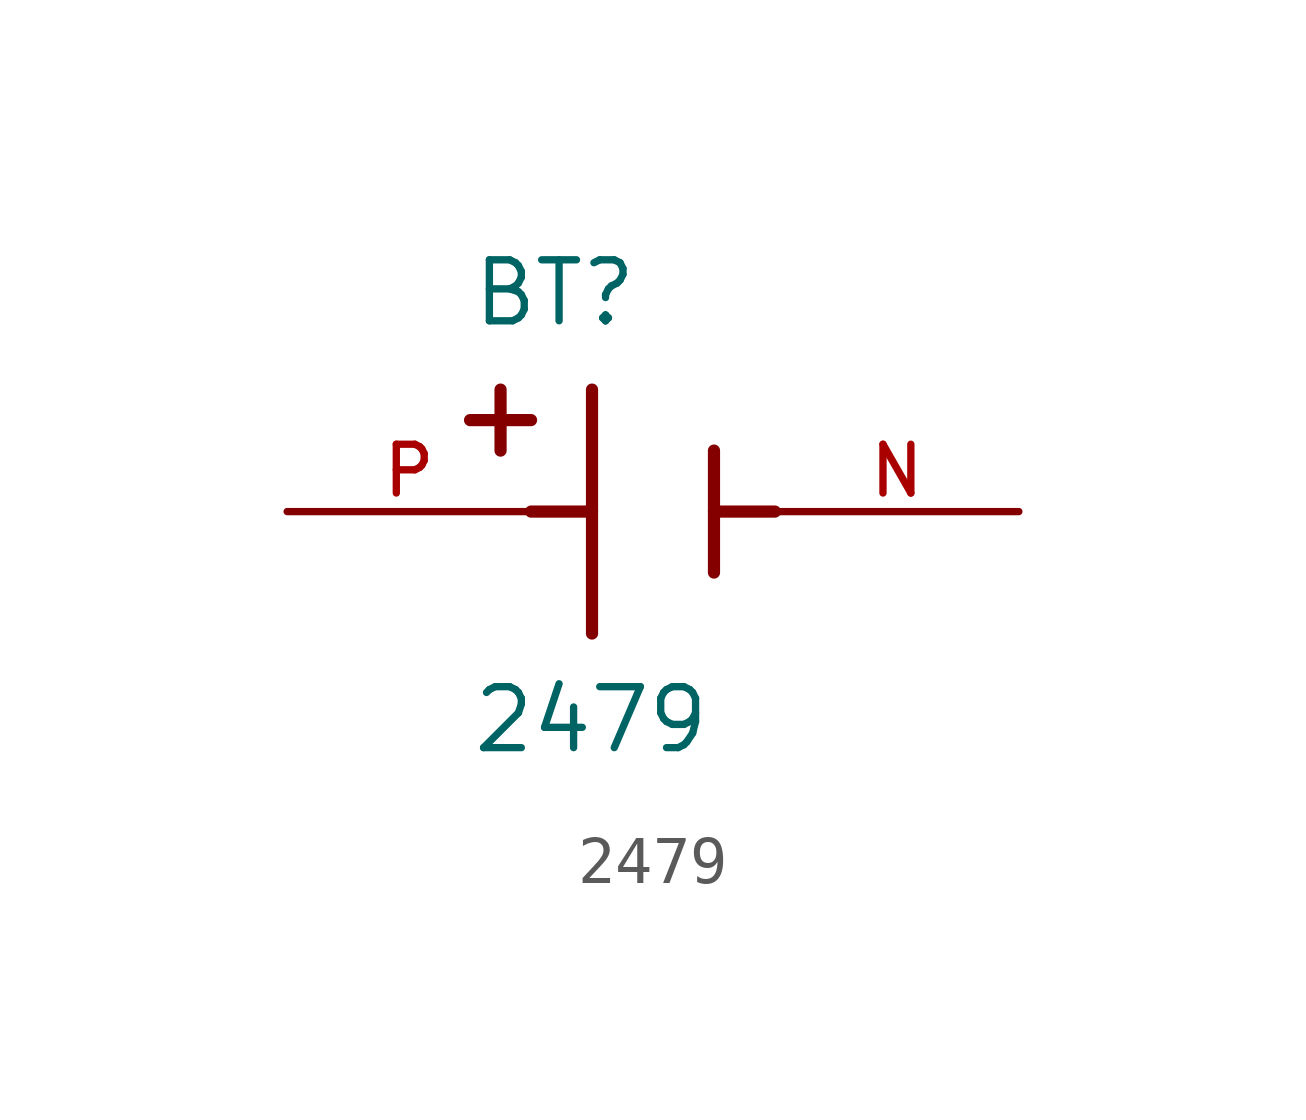
<source format=kicad_sym>
(kicad_symbol_lib
  (version 20211014)
  (generator kicad_symbol_editor)
  (symbol "2479"
    (pin_names
      (offset 1.016))
    (property "Reference" "BT"
      (at -3.81 3.81 0)
      (effects (font (size 1.27 1.27)) (justify bottom left)))
    (property "Value" "2479"
      (at -3.81 -5.08 0)
      (effects (font (size 1.27 1.27)) (justify bottom left)))
    (symbol "2479_0_0"
      (polyline (pts (xy -1.27 2.54) (xy -1.27 -2.54)) (stroke (width 0.254)))
      (polyline (pts (xy 1.27 1.27) (xy 1.27 -1.27)) (stroke (width 0.254)))
      (polyline (pts (xy -1.27 0.0) (xy -2.54 0.0)) (stroke (width 0.254)))
      (polyline (pts (xy 1.27 0.0) (xy 2.54 0.0)) (stroke (width 0.254)))
      (polyline (pts (xy -3.175 2.54) (xy -3.175 1.27)) (stroke (width 0.254)))
      (polyline (pts (xy -3.81 1.905) (xy -2.54 1.905)) (stroke (width 0.254)))
      (pin passive line (at -7.62 0.0 0) (length 5.08) (name "~" (effects (font (size 1.016 1.016)))) (number "P" (effects (font (size 1.016 1.016)))))
      (pin passive line (at 7.62 0.0 180.0) (length 5.08) (name "~" (effects (font (size 1.016 1.016)))) (number "N" (effects (font (size 1.016 1.016))))))))
</source>
